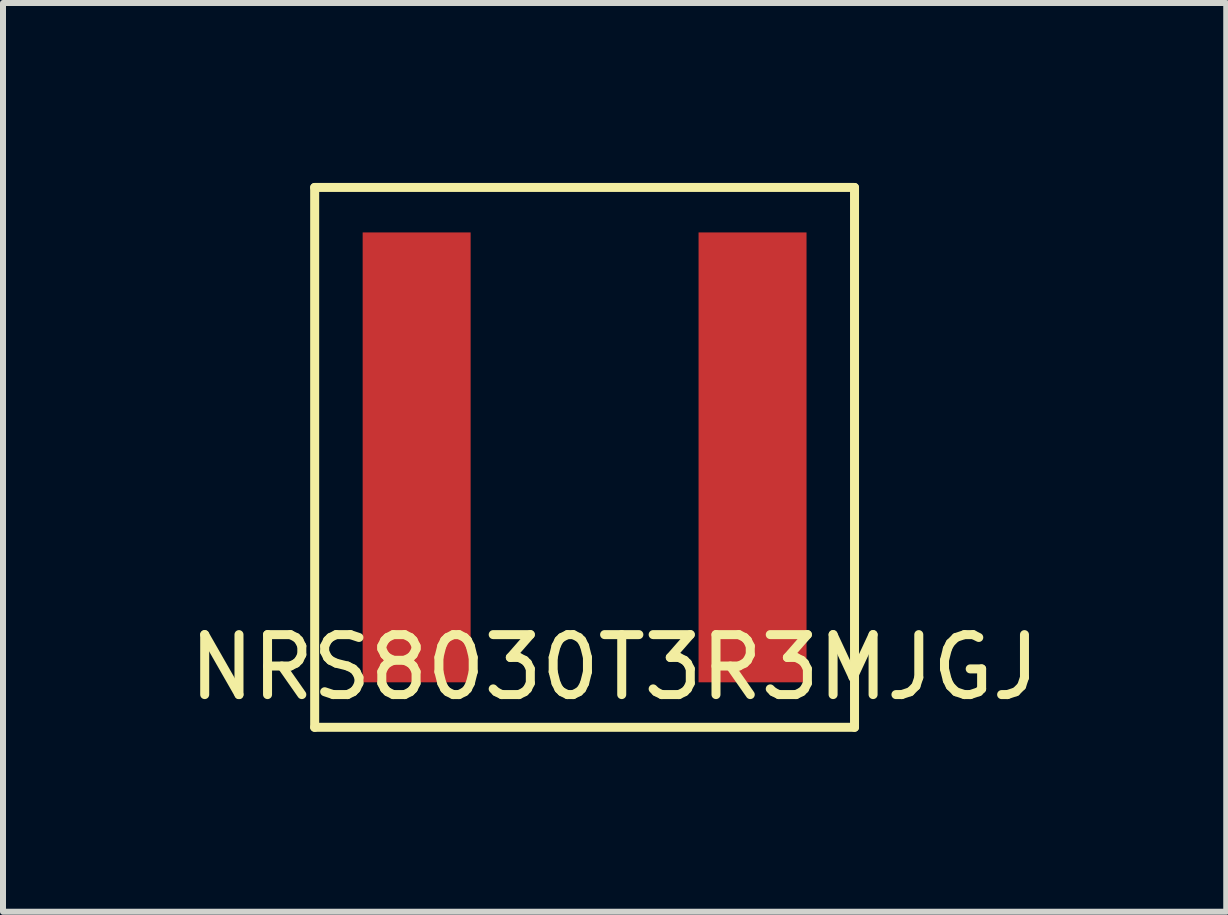
<source format=kicad_pcb>
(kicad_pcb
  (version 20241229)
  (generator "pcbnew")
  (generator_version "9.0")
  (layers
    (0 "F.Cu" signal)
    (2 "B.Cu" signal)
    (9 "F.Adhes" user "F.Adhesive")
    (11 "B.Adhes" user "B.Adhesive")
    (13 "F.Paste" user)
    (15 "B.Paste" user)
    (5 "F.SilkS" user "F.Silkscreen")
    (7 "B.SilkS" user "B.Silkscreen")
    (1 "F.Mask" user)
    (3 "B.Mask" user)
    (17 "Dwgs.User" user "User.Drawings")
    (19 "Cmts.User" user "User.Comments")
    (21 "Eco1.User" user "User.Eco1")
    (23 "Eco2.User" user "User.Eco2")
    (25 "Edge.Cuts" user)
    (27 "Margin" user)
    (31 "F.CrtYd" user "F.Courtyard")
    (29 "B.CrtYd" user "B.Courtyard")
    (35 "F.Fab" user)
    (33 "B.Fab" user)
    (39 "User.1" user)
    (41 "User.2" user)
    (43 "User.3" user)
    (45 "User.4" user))
  (footprint "NRS8030T3R3MJGJ"
    (layer "F.Cu")
    (at 6.696 4.575)
    (property "Reference" "NRS8030T3R3MJGJ" (at 0.5 3.5 0) (layer "F.SilkS") (effects (font (size 1 1) (thickness 0.15))))
    (attr through_hole)
    (fp_line (start -4.5 -4.5) (end 4.5 -4.5) (stroke (width 0.15) (type solid)) (layer "F.SilkS"))
    (fp_line (start -4.5 4.5) (end -4.5 -4.5) (stroke (width 0.15) (type solid)) (layer "F.SilkS"))
    (fp_line (start 4.5 -4.5) (end 4.5 4.5) (stroke (width 0.15) (type solid)) (layer "F.SilkS"))
    (fp_line (start 4.5 4.5) (end -4.5 4.5) (stroke (width 0.15) (type solid)) (layer "F.SilkS"))
    (pad "1" smd rect (at -2.8 0) (size 1.8 7.5) (layers "F.Cu" "F.Mask" "F.Paste"))
    (pad "2" smd rect (at 2.8 0) (size 1.8 7.5) (layers "F.Cu" "F.Mask" "F.Paste")))
  (gr_rect
    (start -3 -3)
    (end 17.393 12.15)
    (stroke (width 0.1) (type default))
    (fill no)
    (layer "Edge.Cuts")))
</source>
